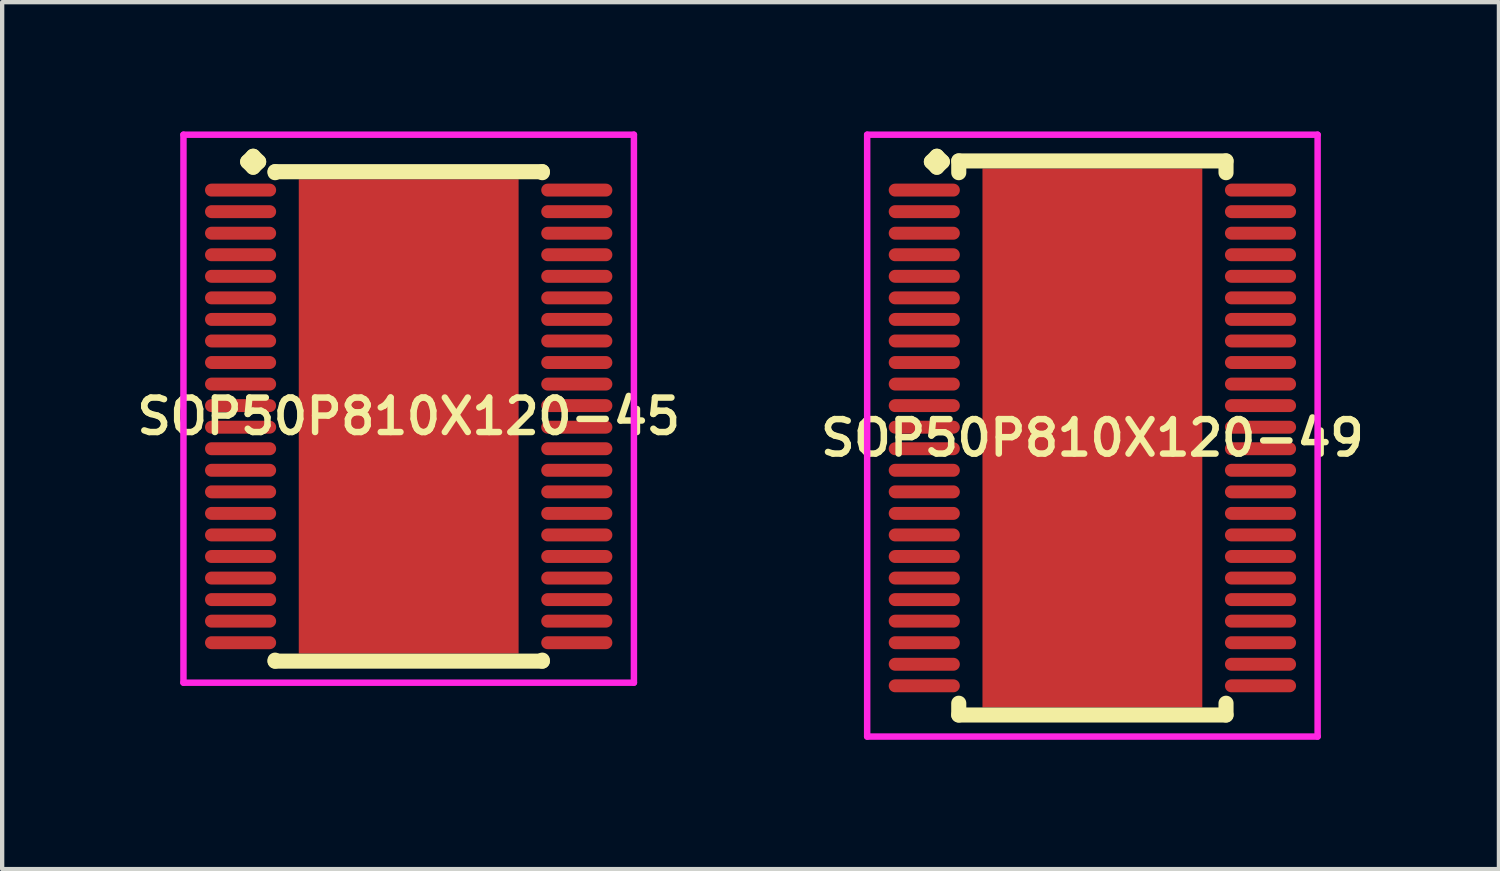
<source format=kicad_pcb>
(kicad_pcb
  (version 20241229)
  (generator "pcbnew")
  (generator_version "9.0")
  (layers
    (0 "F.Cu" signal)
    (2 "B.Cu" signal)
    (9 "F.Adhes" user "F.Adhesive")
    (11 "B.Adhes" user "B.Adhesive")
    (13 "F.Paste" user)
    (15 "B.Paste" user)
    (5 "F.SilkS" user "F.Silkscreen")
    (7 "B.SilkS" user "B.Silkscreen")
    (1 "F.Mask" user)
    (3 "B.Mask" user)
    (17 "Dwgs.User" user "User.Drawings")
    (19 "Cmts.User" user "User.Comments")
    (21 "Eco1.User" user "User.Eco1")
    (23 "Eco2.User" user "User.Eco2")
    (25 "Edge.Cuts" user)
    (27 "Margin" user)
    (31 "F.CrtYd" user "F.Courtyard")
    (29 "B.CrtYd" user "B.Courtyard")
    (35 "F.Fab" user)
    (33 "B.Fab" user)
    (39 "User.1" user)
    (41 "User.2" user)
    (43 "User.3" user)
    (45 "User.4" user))
  (footprint "SOP50P810X120-45"
    (layer "F.Cu")
    (at 6.431 6.61)
    (property "Reference" "SOP50P810X120-45" (at 0 0 0) (layer "F.SilkS") (effects (font (size 0.8 0.8) (thickness 0.15))))
    (attr smd)
    (fp_line (start -3.735 -5.908) (end -3.608 -6.035) (stroke (width 0.35) (type solid)) (layer "F.SilkS"))
    (fp_line (start -3.608 -6.035) (end -3.481 -5.908) (stroke (width 0.35) (type solid)) (layer "F.SilkS"))
    (fp_line (start -3.608 -5.781) (end -3.735 -5.908) (stroke (width 0.35) (type solid)) (layer "F.SilkS"))
    (fp_line (start -3.481 -5.908) (end -3.608 -5.781) (stroke (width 0.35) (type solid)) (layer "F.SilkS"))
    (fp_line (start -3.1 -5.677) (end 3.1 -5.677) (stroke (width 0.35) (type solid)) (layer "F.SilkS"))
    (fp_line (start -3.1 -5.654) (end -3.1 -5.677) (stroke (width 0.35) (type solid)) (layer "F.SilkS"))
    (fp_line (start -3.1 5.654) (end -3.1 5.677) (stroke (width 0.35) (type solid)) (layer "F.SilkS"))
    (fp_line (start -3.1 5.677) (end 3.1 5.677) (stroke (width 0.35) (type solid)) (layer "F.SilkS"))
    (fp_line (start 3.1 -5.677) (end 3.1 -5.654) (stroke (width 0.35) (type solid)) (layer "F.SilkS"))
    (fp_line (start 3.1 5.677) (end 3.1 5.654) (stroke (width 0.35) (type solid)) (layer "F.SilkS"))
    (fp_line (start -5.225 -6.535) (end 5.225 -6.535) (stroke (width 0.15) (type solid)) (layer "F.CrtYd"))
    (fp_line (start -5.225 6.177) (end -5.225 -6.535) (stroke (width 0.15) (type solid)) (layer "F.CrtYd"))
    (fp_line (start 5.225 -6.535) (end 5.225 6.177) (stroke (width 0.15) (type solid)) (layer "F.CrtYd"))
    (fp_line (start 5.225 6.177) (end -5.225 6.177) (stroke (width 0.15) (type solid)) (layer "F.CrtYd"))
    (pad "1" smd oval (at -3.9 -5.25) (size 1.65 0.3) (layers "F.Cu" "F.Mask" "F.Paste"))
    (pad "2" smd oval (at -3.9 -4.75) (size 1.65 0.3) (layers "F.Cu" "F.Mask" "F.Paste"))
    (pad "3" smd oval (at -3.9 -4.25) (size 1.65 0.3) (layers "F.Cu" "F.Mask" "F.Paste"))
    (pad "4" smd oval (at -3.9 -3.75) (size 1.65 0.3) (layers "F.Cu" "F.Mask" "F.Paste"))
    (pad "5" smd oval (at -3.9 -3.25) (size 1.65 0.3) (layers "F.Cu" "F.Mask" "F.Paste"))
    (pad "6" smd oval (at -3.9 -2.75) (size 1.65 0.3) (layers "F.Cu" "F.Mask" "F.Paste"))
    (pad "7" smd oval (at -3.9 -2.25) (size 1.65 0.3) (layers "F.Cu" "F.Mask" "F.Paste"))
    (pad "8" smd oval (at -3.9 -1.75) (size 1.65 0.3) (layers "F.Cu" "F.Mask" "F.Paste"))
    (pad "9" smd oval (at -3.9 -1.25) (size 1.65 0.3) (layers "F.Cu" "F.Mask" "F.Paste"))
    (pad "10" smd oval (at -3.9 -0.75) (size 1.65 0.3) (layers "F.Cu" "F.Mask" "F.Paste"))
    (pad "11" smd oval (at -3.9 -0.25) (size 1.65 0.3) (layers "F.Cu" "F.Mask" "F.Paste"))
    (pad "12" smd oval (at -3.9 0.25) (size 1.65 0.3) (layers "F.Cu" "F.Mask" "F.Paste"))
    (pad "13" smd oval (at -3.9 0.75) (size 1.65 0.3) (layers "F.Cu" "F.Mask" "F.Paste"))
    (pad "14" smd oval (at -3.9 1.25) (size 1.65 0.3) (layers "F.Cu" "F.Mask" "F.Paste"))
    (pad "15" smd oval (at -3.9 1.75) (size 1.65 0.3) (layers "F.Cu" "F.Mask" "F.Paste"))
    (pad "16" smd oval (at -3.9 2.25) (size 1.65 0.3) (layers "F.Cu" "F.Mask" "F.Paste"))
    (pad "17" smd oval (at -3.9 2.75) (size 1.65 0.3) (layers "F.Cu" "F.Mask" "F.Paste"))
    (pad "18" smd oval (at -3.9 3.25) (size 1.65 0.3) (layers "F.Cu" "F.Mask" "F.Paste"))
    (pad "19" smd oval (at -3.9 3.75) (size 1.65 0.3) (layers "F.Cu" "F.Mask" "F.Paste"))
    (pad "20" smd oval (at -3.9 4.25) (size 1.65 0.3) (layers "F.Cu" "F.Mask" "F.Paste"))
    (pad "21" smd oval (at -3.9 4.75) (size 1.65 0.3) (layers "F.Cu" "F.Mask" "F.Paste"))
    (pad "22" smd oval (at -3.9 5.25) (size 1.65 0.3) (layers "F.Cu" "F.Mask" "F.Paste"))
    (pad "23" smd oval (at 3.9 5.25) (size 1.65 0.3) (layers "F.Cu" "F.Mask" "F.Paste"))
    (pad "24" smd oval (at 3.9 4.75) (size 1.65 0.3) (layers "F.Cu" "F.Mask" "F.Paste"))
    (pad "25" smd oval (at 3.9 4.25) (size 1.65 0.3) (layers "F.Cu" "F.Mask" "F.Paste"))
    (pad "26" smd oval (at 3.9 3.75) (size 1.65 0.3) (layers "F.Cu" "F.Mask" "F.Paste"))
    (pad "27" smd oval (at 3.9 3.25) (size 1.65 0.3) (layers "F.Cu" "F.Mask" "F.Paste"))
    (pad "28" smd oval (at 3.9 2.75) (size 1.65 0.3) (layers "F.Cu" "F.Mask" "F.Paste"))
    (pad "29" smd oval (at 3.9 2.25) (size 1.65 0.3) (layers "F.Cu" "F.Mask" "F.Paste"))
    (pad "30" smd oval (at 3.9 1.75) (size 1.65 0.3) (layers "F.Cu" "F.Mask" "F.Paste"))
    (pad "31" smd oval (at 3.9 1.25) (size 1.65 0.3) (layers "F.Cu" "F.Mask" "F.Paste"))
    (pad "32" smd oval (at 3.9 0.75) (size 1.65 0.3) (layers "F.Cu" "F.Mask" "F.Paste"))
    (pad "33" smd oval (at 3.9 0.25) (size 1.65 0.3) (layers "F.Cu" "F.Mask" "F.Paste"))
    (pad "34" smd oval (at 3.9 -0.25) (size 1.65 0.3) (layers "F.Cu" "F.Mask" "F.Paste"))
    (pad "35" smd oval (at 3.9 -0.75) (size 1.65 0.3) (layers "F.Cu" "F.Mask" "F.Paste"))
    (pad "36" smd oval (at 3.9 -1.25) (size 1.65 0.3) (layers "F.Cu" "F.Mask" "F.Paste"))
    (pad "37" smd oval (at 3.9 -1.75) (size 1.65 0.3) (layers "F.Cu" "F.Mask" "F.Paste"))
    (pad "38" smd oval (at 3.9 -2.25) (size 1.65 0.3) (layers "F.Cu" "F.Mask" "F.Paste"))
    (pad "39" smd oval (at 3.9 -2.75) (size 1.65 0.3) (layers "F.Cu" "F.Mask" "F.Paste"))
    (pad "40" smd oval (at 3.9 -3.25) (size 1.65 0.3) (layers "F.Cu" "F.Mask" "F.Paste"))
    (pad "41" smd oval (at 3.9 -3.75) (size 1.65 0.3) (layers "F.Cu" "F.Mask" "F.Paste"))
    (pad "42" smd oval (at 3.9 -4.25) (size 1.65 0.3) (layers "F.Cu" "F.Mask" "F.Paste"))
    (pad "43" smd oval (at 3.9 -4.75) (size 1.65 0.3) (layers "F.Cu" "F.Mask" "F.Paste"))
    (pad "44" smd oval (at 3.9 -5.25) (size 1.65 0.3) (layers "F.Cu" "F.Mask" "F.Paste"))
    (pad "45" smd rect (at 0 0) (size 5.1 11) (layers "F.Cu" "F.Mask" "F.Paste")))
  (footprint "SOP50P810X120-49"
    (layer "F.Cu")
    (at 22.292 7.11)
    (property "Reference" "SOP50P810X120-49" (at 0 0 0) (layer "F.SilkS") (effects (font (size 0.8 0.8) (thickness 0.15))))
    (attr smd)
    (fp_line (start -3.735 -6.408) (end -3.608 -6.535) (stroke (width 0.35) (type solid)) (layer "F.SilkS"))
    (fp_line (start -3.608 -6.535) (end -3.481 -6.408) (stroke (width 0.35) (type solid)) (layer "F.SilkS"))
    (fp_line (start -3.608 -6.281) (end -3.735 -6.408) (stroke (width 0.35) (type solid)) (layer "F.SilkS"))
    (fp_line (start -3.481 -6.408) (end -3.608 -6.281) (stroke (width 0.35) (type solid)) (layer "F.SilkS"))
    (fp_line (start -3.1 -6.427) (end 3.1 -6.427) (stroke (width 0.35) (type solid)) (layer "F.SilkS"))
    (fp_line (start -3.1 -6.154) (end -3.1 -6.427) (stroke (width 0.35) (type solid)) (layer "F.SilkS"))
    (fp_line (start -3.1 6.154) (end -3.1 6.427) (stroke (width 0.35) (type solid)) (layer "F.SilkS"))
    (fp_line (start -3.1 6.427) (end 3.1 6.427) (stroke (width 0.35) (type solid)) (layer "F.SilkS"))
    (fp_line (start 3.1 -6.427) (end 3.1 -6.154) (stroke (width 0.35) (type solid)) (layer "F.SilkS"))
    (fp_line (start 3.1 6.427) (end 3.1 6.154) (stroke (width 0.35) (type solid)) (layer "F.SilkS"))
    (fp_line (start -5.225 -7.035) (end 5.225 -7.035) (stroke (width 0.15) (type solid)) (layer "F.CrtYd"))
    (fp_line (start -5.225 6.927) (end -5.225 -7.035) (stroke (width 0.15) (type solid)) (layer "F.CrtYd"))
    (fp_line (start 5.225 -7.035) (end 5.225 6.927) (stroke (width 0.15) (type solid)) (layer "F.CrtYd"))
    (fp_line (start 5.225 6.927) (end -5.225 6.927) (stroke (width 0.15) (type solid)) (layer "F.CrtYd"))
    (pad "1" smd oval (at -3.9 -5.75) (size 1.65 0.3) (layers "F.Cu" "F.Mask" "F.Paste"))
    (pad "2" smd oval (at -3.9 -5.25) (size 1.65 0.3) (layers "F.Cu" "F.Mask" "F.Paste"))
    (pad "3" smd oval (at -3.9 -4.75) (size 1.65 0.3) (layers "F.Cu" "F.Mask" "F.Paste"))
    (pad "4" smd oval (at -3.9 -4.25) (size 1.65 0.3) (layers "F.Cu" "F.Mask" "F.Paste"))
    (pad "5" smd oval (at -3.9 -3.75) (size 1.65 0.3) (layers "F.Cu" "F.Mask" "F.Paste"))
    (pad "6" smd oval (at -3.9 -3.25) (size 1.65 0.3) (layers "F.Cu" "F.Mask" "F.Paste"))
    (pad "7" smd oval (at -3.9 -2.75) (size 1.65 0.3) (layers "F.Cu" "F.Mask" "F.Paste"))
    (pad "8" smd oval (at -3.9 -2.25) (size 1.65 0.3) (layers "F.Cu" "F.Mask" "F.Paste"))
    (pad "9" smd oval (at -3.9 -1.75) (size 1.65 0.3) (layers "F.Cu" "F.Mask" "F.Paste"))
    (pad "10" smd oval (at -3.9 -1.25) (size 1.65 0.3) (layers "F.Cu" "F.Mask" "F.Paste"))
    (pad "11" smd oval (at -3.9 -0.75) (size 1.65 0.3) (layers "F.Cu" "F.Mask" "F.Paste"))
    (pad "12" smd oval (at -3.9 -0.25) (size 1.65 0.3) (layers "F.Cu" "F.Mask" "F.Paste"))
    (pad "13" smd oval (at -3.9 0.25) (size 1.65 0.3) (layers "F.Cu" "F.Mask" "F.Paste"))
    (pad "14" smd oval (at -3.9 0.75) (size 1.65 0.3) (layers "F.Cu" "F.Mask" "F.Paste"))
    (pad "15" smd oval (at -3.9 1.25) (size 1.65 0.3) (layers "F.Cu" "F.Mask" "F.Paste"))
    (pad "16" smd oval (at -3.9 1.75) (size 1.65 0.3) (layers "F.Cu" "F.Mask" "F.Paste"))
    (pad "17" smd oval (at -3.9 2.25) (size 1.65 0.3) (layers "F.Cu" "F.Mask" "F.Paste"))
    (pad "18" smd oval (at -3.9 2.75) (size 1.65 0.3) (layers "F.Cu" "F.Mask" "F.Paste"))
    (pad "19" smd oval (at -3.9 3.25) (size 1.65 0.3) (layers "F.Cu" "F.Mask" "F.Paste"))
    (pad "20" smd oval (at -3.9 3.75) (size 1.65 0.3) (layers "F.Cu" "F.Mask" "F.Paste"))
    (pad "21" smd oval (at -3.9 4.25) (size 1.65 0.3) (layers "F.Cu" "F.Mask" "F.Paste"))
    (pad "22" smd oval (at -3.9 4.75) (size 1.65 0.3) (layers "F.Cu" "F.Mask" "F.Paste"))
    (pad "23" smd oval (at -3.9 5.25) (size 1.65 0.3) (layers "F.Cu" "F.Mask" "F.Paste"))
    (pad "24" smd oval (at -3.9 5.75) (size 1.65 0.3) (layers "F.Cu" "F.Mask" "F.Paste"))
    (pad "25" smd oval (at 3.9 5.75) (size 1.65 0.3) (layers "F.Cu" "F.Mask" "F.Paste"))
    (pad "26" smd oval (at 3.9 5.25) (size 1.65 0.3) (layers "F.Cu" "F.Mask" "F.Paste"))
    (pad "27" smd oval (at 3.9 4.75) (size 1.65 0.3) (layers "F.Cu" "F.Mask" "F.Paste"))
    (pad "28" smd oval (at 3.9 4.25) (size 1.65 0.3) (layers "F.Cu" "F.Mask" "F.Paste"))
    (pad "29" smd oval (at 3.9 3.75) (size 1.65 0.3) (layers "F.Cu" "F.Mask" "F.Paste"))
    (pad "30" smd oval (at 3.9 3.25) (size 1.65 0.3) (layers "F.Cu" "F.Mask" "F.Paste"))
    (pad "31" smd oval (at 3.9 2.75) (size 1.65 0.3) (layers "F.Cu" "F.Mask" "F.Paste"))
    (pad "32" smd oval (at 3.9 2.25) (size 1.65 0.3) (layers "F.Cu" "F.Mask" "F.Paste"))
    (pad "33" smd oval (at 3.9 1.75) (size 1.65 0.3) (layers "F.Cu" "F.Mask" "F.Paste"))
    (pad "34" smd oval (at 3.9 1.25) (size 1.65 0.3) (layers "F.Cu" "F.Mask" "F.Paste"))
    (pad "35" smd oval (at 3.9 0.75) (size 1.65 0.3) (layers "F.Cu" "F.Mask" "F.Paste"))
    (pad "36" smd oval (at 3.9 0.25) (size 1.65 0.3) (layers "F.Cu" "F.Mask" "F.Paste"))
    (pad "37" smd oval (at 3.9 -0.25) (size 1.65 0.3) (layers "F.Cu" "F.Mask" "F.Paste"))
    (pad "38" smd oval (at 3.9 -0.75) (size 1.65 0.3) (layers "F.Cu" "F.Mask" "F.Paste"))
    (pad "39" smd oval (at 3.9 -1.25) (size 1.65 0.3) (layers "F.Cu" "F.Mask" "F.Paste"))
    (pad "40" smd oval (at 3.9 -1.75) (size 1.65 0.3) (layers "F.Cu" "F.Mask" "F.Paste"))
    (pad "41" smd oval (at 3.9 -2.25) (size 1.65 0.3) (layers "F.Cu" "F.Mask" "F.Paste"))
    (pad "42" smd oval (at 3.9 -2.75) (size 1.65 0.3) (layers "F.Cu" "F.Mask" "F.Paste"))
    (pad "43" smd oval (at 3.9 -3.25) (size 1.65 0.3) (layers "F.Cu" "F.Mask" "F.Paste"))
    (pad "44" smd oval (at 3.9 -3.75) (size 1.65 0.3) (layers "F.Cu" "F.Mask" "F.Paste"))
    (pad "45" smd oval (at 3.9 -4.25) (size 1.65 0.3) (layers "F.Cu" "F.Mask" "F.Paste"))
    (pad "46" smd oval (at 3.9 -4.75) (size 1.65 0.3) (layers "F.Cu" "F.Mask" "F.Paste"))
    (pad "47" smd oval (at 3.9 -5.25) (size 1.65 0.3) (layers "F.Cu" "F.Mask" "F.Paste"))
    (pad "48" smd oval (at 3.9 -5.75) (size 1.65 0.3) (layers "F.Cu" "F.Mask" "F.Paste"))
    (pad "49" smd rect (at 0 0) (size 5.1 12.5) (layers "F.Cu" "F.Mask" "F.Paste")))
  (gr_rect
    (start -3 -3)
    (end 31.723 17.112)
    (stroke (width 0.1) (type default))
    (fill no)
    (layer "Edge.Cuts")))
</source>
